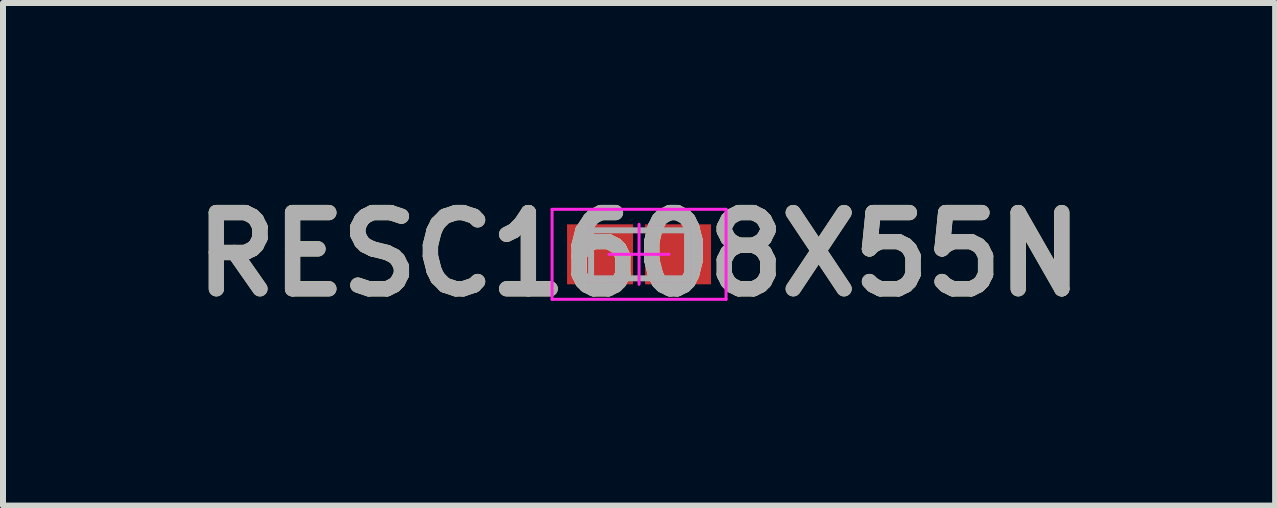
<source format=kicad_pcb>
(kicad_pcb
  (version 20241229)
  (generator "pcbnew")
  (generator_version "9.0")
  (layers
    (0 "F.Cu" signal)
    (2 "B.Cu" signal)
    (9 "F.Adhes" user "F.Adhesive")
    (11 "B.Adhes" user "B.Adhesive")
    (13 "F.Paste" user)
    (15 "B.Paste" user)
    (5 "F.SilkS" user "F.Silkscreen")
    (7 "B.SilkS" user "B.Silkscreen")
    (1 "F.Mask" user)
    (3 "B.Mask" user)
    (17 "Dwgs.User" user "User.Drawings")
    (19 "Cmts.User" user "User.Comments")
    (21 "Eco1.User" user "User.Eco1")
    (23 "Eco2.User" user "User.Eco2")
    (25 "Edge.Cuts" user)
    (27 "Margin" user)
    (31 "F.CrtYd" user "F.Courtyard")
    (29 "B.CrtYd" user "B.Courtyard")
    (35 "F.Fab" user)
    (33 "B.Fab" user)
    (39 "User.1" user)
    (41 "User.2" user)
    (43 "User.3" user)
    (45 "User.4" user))
  (footprint "RESC1608X55N"
    (layer "F.Cu")
    (at 7.602 1.189)
    (property "Reference" "RESC1608X55N" (at 0 0 0) (layer "F.SilkS") (effects (font (size 1.27 1.27) (thickness 0.254))))
    (attr smd)
    (fp_line (start -1.45 -0.75) (end -1.45 0.75) (stroke (width 0.05) (type solid)) (layer "F.CrtYd"))
    (fp_line (start -1.45 0.75) (end 1.45 0.75) (stroke (width 0.05) (type solid)) (layer "F.CrtYd"))
    (fp_line (start -0.85 -0.475) (end -0.85 0.475) (stroke (width 0.001) (type solid)) (layer "F.CrtYd"))
    (fp_line (start -0.85 0.475) (end 0.85 0.475) (stroke (width 0.001) (type solid)) (layer "F.CrtYd"))
    (fp_line (start -0.5 0) (end 0.5 0) (stroke (width 0.05) (type solid)) (layer "F.CrtYd"))
    (fp_line (start 0 0.5) (end 0 -0.5) (stroke (width 0.05) (type solid)) (layer "F.CrtYd"))
    (fp_line (start 0.85 -0.475) (end -0.85 -0.475) (stroke (width 0.001) (type solid)) (layer "F.CrtYd"))
    (fp_line (start 0.85 0.475) (end 0.85 -0.475) (stroke (width 0.001) (type solid)) (layer "F.CrtYd"))
    (fp_line (start 1.45 -0.75) (end -1.45 -0.75) (stroke (width 0.05) (type solid)) (layer "F.CrtYd"))
    (fp_line (start 1.45 0.75) (end 1.45 -0.75) (stroke (width 0.05) (type solid)) (layer "F.CrtYd"))
    (fp_line (start -0.8 -0.4) (end -0.8 0.4) (stroke (width 0.1) (type solid)) (layer "F.Fab"))
    (fp_line (start -0.8 0.4) (end 0.8 0.4) (stroke (width 0.1) (type solid)) (layer "F.Fab"))
    (fp_line (start 0.8 -0.4) (end -0.8 -0.4) (stroke (width 0.1) (type solid)) (layer "F.Fab"))
    (fp_line (start 0.8 0.4) (end 0.8 -0.4) (stroke (width 0.1) (type solid)) (layer "F.Fab"))
    (fp_text user "${REFERENCE}" (at 0 0 0) (layer "F.Fab") (effects (font (size 1.27 1.27) (thickness 0.254))))
    (pad "1" smd rect (at -0.65 0 90) (size 1 1.1) (layers "F.Cu" "F.Mask" "F.Paste"))
    (pad "2" smd rect (at 0.65 0 90) (size 1 1.1) (layers "F.Cu" "F.Mask" "F.Paste")))
  (gr_rect
    (start -3 -3)
    (end 18.204 5.377)
    (stroke (width 0.1) (type default))
    (fill no)
    (layer "Edge.Cuts")))
</source>
